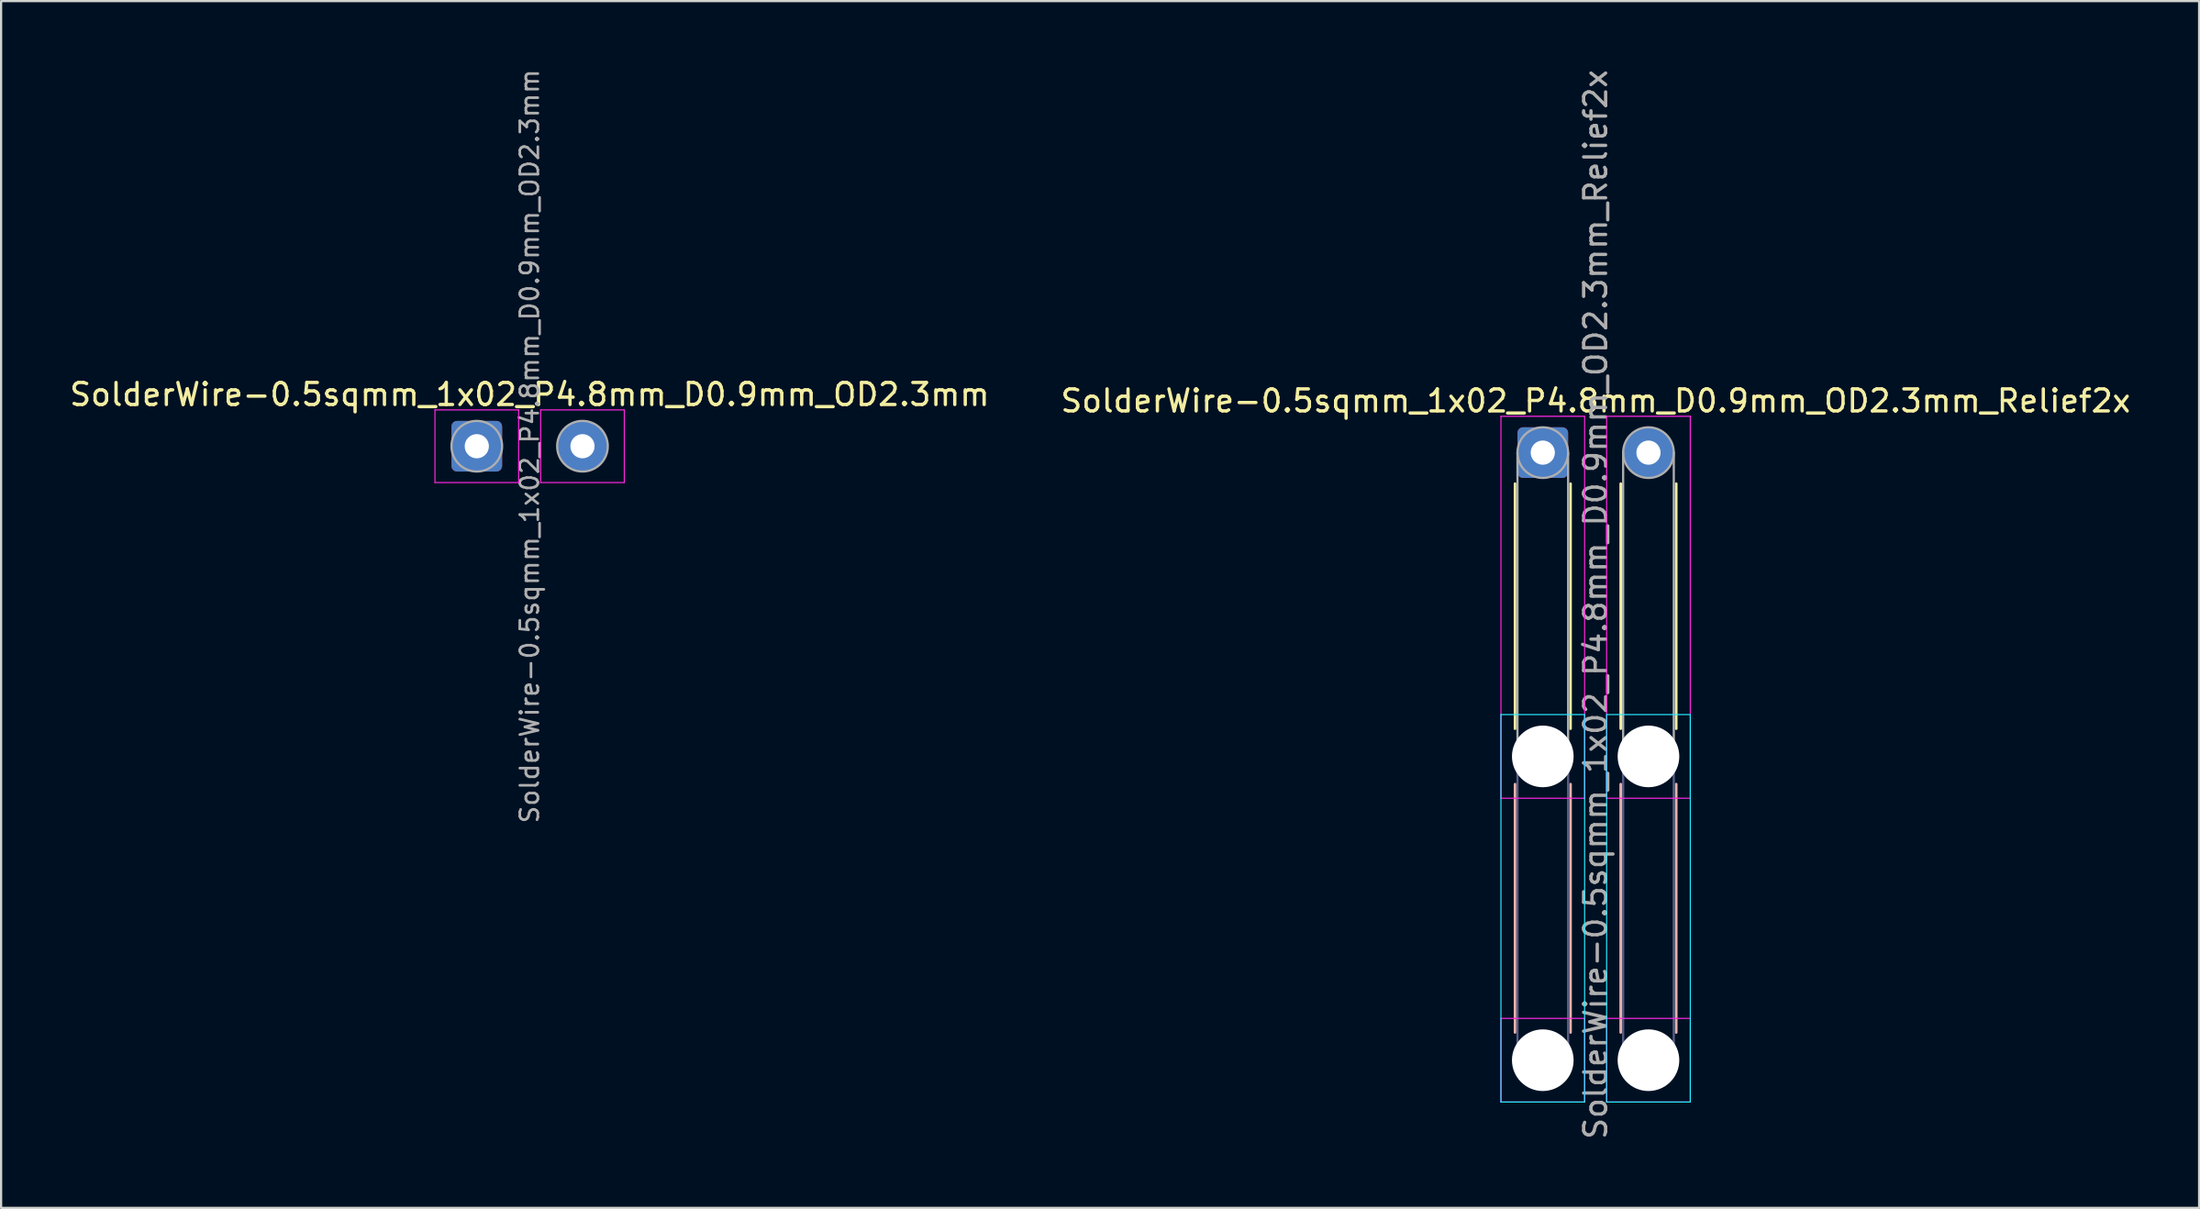
<source format=kicad_pcb>
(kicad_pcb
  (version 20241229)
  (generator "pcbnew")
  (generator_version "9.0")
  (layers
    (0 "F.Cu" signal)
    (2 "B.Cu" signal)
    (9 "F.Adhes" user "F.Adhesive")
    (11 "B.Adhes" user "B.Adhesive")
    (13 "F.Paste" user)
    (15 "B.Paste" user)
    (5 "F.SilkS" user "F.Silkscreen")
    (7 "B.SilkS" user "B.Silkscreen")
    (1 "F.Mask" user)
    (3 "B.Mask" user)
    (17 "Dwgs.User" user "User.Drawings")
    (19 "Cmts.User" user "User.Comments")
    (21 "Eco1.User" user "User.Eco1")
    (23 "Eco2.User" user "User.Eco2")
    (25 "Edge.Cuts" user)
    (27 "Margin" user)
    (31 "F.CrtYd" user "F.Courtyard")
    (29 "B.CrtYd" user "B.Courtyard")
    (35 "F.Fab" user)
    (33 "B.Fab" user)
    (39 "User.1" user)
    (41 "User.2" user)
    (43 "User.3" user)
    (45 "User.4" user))
  (footprint "SolderWire-0.5sqmm_1x02_P4.8mm_D0.9mm_OD2.3mm_Relief2x"
    (layer "F.Cu")
    (at 67.023 17.511)
    (property "Reference" "SolderWire-0.5sqmm_1x02_P4.8mm_D0.9mm_OD2.3mm_Relief2x" (at 2.4 -2.35 0) (layer "F.SilkS") (effects (font (size 1 1) (thickness 0.15))))
    (attr exclude_from_pos_files exclude_from_bom)
    (fp_line (start -1.26 1.41) (end -1.26 12.54) (stroke (width 0.12) (type solid)) (layer "F.SilkS"))
    (fp_line (start 1.26 1.41) (end 1.26 12.54) (stroke (width 0.12) (type solid)) (layer "F.SilkS"))
    (fp_line (start 3.54 1.41) (end 3.54 12.54) (stroke (width 0.12) (type solid)) (layer "F.SilkS"))
    (fp_line (start 6.06 1.41) (end 6.06 12.54) (stroke (width 0.12) (type solid)) (layer "F.SilkS"))
    (fp_line (start -1.26 15.06) (end -1.26 26.34) (stroke (width 0.12) (type solid)) (layer "B.SilkS"))
    (fp_line (start 1.26 15.06) (end 1.26 26.34) (stroke (width 0.12) (type solid)) (layer "B.SilkS"))
    (fp_line (start 3.54 15.06) (end 3.54 26.34) (stroke (width 0.12) (type solid)) (layer "B.SilkS"))
    (fp_line (start 6.06 15.06) (end 6.06 26.34) (stroke (width 0.12) (type solid)) (layer "B.SilkS"))
    (fp_line (start -1.9 11.9) (end -1.9 29.5) (stroke (width 0.05) (type solid)) (layer "B.CrtYd"))
    (fp_line (start -1.9 29.5) (end 1.9 29.5) (stroke (width 0.05) (type solid)) (layer "B.CrtYd"))
    (fp_line (start 1.9 11.9) (end -1.9 11.9) (stroke (width 0.05) (type solid)) (layer "B.CrtYd"))
    (fp_line (start 1.9 29.5) (end 1.9 11.9) (stroke (width 0.05) (type solid)) (layer "B.CrtYd"))
    (fp_line (start 2.9 11.9) (end 2.9 29.5) (stroke (width 0.05) (type solid)) (layer "B.CrtYd"))
    (fp_line (start 2.9 29.5) (end 6.7 29.5) (stroke (width 0.05) (type solid)) (layer "B.CrtYd"))
    (fp_line (start 6.7 11.9) (end 2.9 11.9) (stroke (width 0.05) (type solid)) (layer "B.CrtYd"))
    (fp_line (start 6.7 29.5) (end 6.7 11.9) (stroke (width 0.05) (type solid)) (layer "B.CrtYd"))
    (fp_line (start -1.9 -1.65) (end -1.9 15.7) (stroke (width 0.05) (type solid)) (layer "F.CrtYd"))
    (fp_line (start -1.9 15.7) (end 1.9 15.7) (stroke (width 0.05) (type solid)) (layer "F.CrtYd"))
    (fp_line (start -1.9 25.7) (end -1.9 29.5) (stroke (width 0.05) (type solid)) (layer "F.CrtYd"))
    (fp_line (start -1.9 29.5) (end 1.9 29.5) (stroke (width 0.05) (type solid)) (layer "F.CrtYd"))
    (fp_line (start 1.9 -1.65) (end -1.9 -1.65) (stroke (width 0.05) (type solid)) (layer "F.CrtYd"))
    (fp_line (start 1.9 15.7) (end 1.9 -1.65) (stroke (width 0.05) (type solid)) (layer "F.CrtYd"))
    (fp_line (start 1.9 25.7) (end -1.9 25.7) (stroke (width 0.05) (type solid)) (layer "F.CrtYd"))
    (fp_line (start 1.9 29.5) (end 1.9 25.7) (stroke (width 0.05) (type solid)) (layer "F.CrtYd"))
    (fp_line (start 2.9 -1.65) (end 2.9 15.7) (stroke (width 0.05) (type solid)) (layer "F.CrtYd"))
    (fp_line (start 2.9 15.7) (end 6.7 15.7) (stroke (width 0.05) (type solid)) (layer "F.CrtYd"))
    (fp_line (start 2.9 25.7) (end 2.9 29.5) (stroke (width 0.05) (type solid)) (layer "F.CrtYd"))
    (fp_line (start 2.9 29.5) (end 6.7 29.5) (stroke (width 0.05) (type solid)) (layer "F.CrtYd"))
    (fp_line (start 6.7 -1.65) (end 2.9 -1.65) (stroke (width 0.05) (type solid)) (layer "F.CrtYd"))
    (fp_line (start 6.7 15.7) (end 6.7 -1.65) (stroke (width 0.05) (type solid)) (layer "F.CrtYd"))
    (fp_line (start 6.7 25.7) (end 2.9 25.7) (stroke (width 0.05) (type solid)) (layer "F.CrtYd"))
    (fp_line (start 6.7 29.5) (end 6.7 25.7) (stroke (width 0.05) (type solid)) (layer "F.CrtYd"))
    (fp_line (start -1.15 13.8) (end -1.15 27.6) (stroke (width 0.1) (type solid)) (layer "B.Fab"))
    (fp_line (start 1.15 13.8) (end 1.15 27.6) (stroke (width 0.1) (type solid)) (layer "B.Fab"))
    (fp_line (start 3.65 13.8) (end 3.65 27.6) (stroke (width 0.1) (type solid)) (layer "B.Fab"))
    (fp_line (start 5.95 13.8) (end 5.95 27.6) (stroke (width 0.1) (type solid)) (layer "B.Fab"))
    (fp_circle (center 0 13.8) (end 1.15 13.8) (stroke (width 0.1) (type solid)) (fill no) (layer "B.Fab"))
    (fp_circle (center 0 27.6) (end 1.15 27.6) (stroke (width 0.1) (type solid)) (fill no) (layer "B.Fab"))
    (fp_circle (center 4.8 13.8) (end 5.95 13.8) (stroke (width 0.1) (type solid)) (fill no) (layer "B.Fab"))
    (fp_circle (center 4.8 27.6) (end 5.95 27.6) (stroke (width 0.1) (type solid)) (fill no) (layer "B.Fab"))
    (fp_line (start -1.15 0) (end -1.15 13.8) (stroke (width 0.1) (type solid)) (layer "F.Fab"))
    (fp_line (start 1.15 0) (end 1.15 13.8) (stroke (width 0.1) (type solid)) (layer "F.Fab"))
    (fp_line (start 3.65 0) (end 3.65 13.8) (stroke (width 0.1) (type solid)) (layer "F.Fab"))
    (fp_line (start 5.95 0) (end 5.95 13.8) (stroke (width 0.1) (type solid)) (layer "F.Fab"))
    (fp_circle (center 0 0) (end 1.15 0) (stroke (width 0.1) (type solid)) (fill no) (layer "F.Fab"))
    (fp_circle (center 0 13.8) (end 1.15 13.8) (stroke (width 0.1) (type solid)) (fill no) (layer "F.Fab"))
    (fp_circle (center 0 27.6) (end 1.15 27.6) (stroke (width 0.1) (type solid)) (fill no) (layer "F.Fab"))
    (fp_circle (center 4.8 0) (end 5.95 0) (stroke (width 0.1) (type solid)) (fill no) (layer "F.Fab"))
    (fp_circle (center 4.8 13.8) (end 5.95 13.8) (stroke (width 0.1) (type solid)) (fill no) (layer "F.Fab"))
    (fp_circle (center 4.8 27.6) (end 5.95 27.6) (stroke (width 0.1) (type solid)) (fill no) (layer "F.Fab"))
    (fp_text user "${REFERENCE}" (at 2.4 6.9 90) (layer "F.Fab") (effects (font (size 1 1) (thickness 0.15))))
    (pad "" np_thru_hole circle (at 0 13.8) (size 2.8 2.8) (drill 2.8) (layers "*.Cu" "*.Mask"))
    (pad "" np_thru_hole circle (at 0 27.6) (size 2.8 2.8) (drill 2.8) (layers "*.Cu" "*.Mask"))
    (pad "" np_thru_hole circle (at 4.8 13.8) (size 2.8 2.8) (drill 2.8) (layers "*.Cu" "*.Mask"))
    (pad "" np_thru_hole circle (at 4.8 27.6) (size 2.8 2.8) (drill 2.8) (layers "*.Cu" "*.Mask"))
    (pad "1" thru_hole roundrect (at 0 0) (size 2.3 2.3) (drill 1.1) (layers "*.Cu" "*.Mask") (roundrect_rratio 0.109))
    (pad "2" thru_hole circle (at 4.8 0) (size 2.3 2.3) (drill 1.1) (layers "*.Cu" "*.Mask")))
  (footprint "SolderWire-0.5sqmm_1x02_P4.8mm_D0.9mm_OD2.3mm"
    (layer "F.Cu")
    (at 18.606 17.22)
    (property "Reference" "SolderWire-0.5sqmm_1x02_P4.8mm_D0.9mm_OD2.3mm" (at 2.4 -2.35 0) (layer "F.SilkS") (effects (font (size 1 1) (thickness 0.15))))
    (attr exclude_from_pos_files exclude_from_bom)
    (fp_line (start -1.9 -1.65) (end -1.9 1.65) (stroke (width 0.05) (type solid)) (layer "F.CrtYd"))
    (fp_line (start -1.9 1.65) (end 1.9 1.65) (stroke (width 0.05) (type solid)) (layer "F.CrtYd"))
    (fp_line (start 1.9 -1.65) (end -1.9 -1.65) (stroke (width 0.05) (type solid)) (layer "F.CrtYd"))
    (fp_line (start 1.9 1.65) (end 1.9 -1.65) (stroke (width 0.05) (type solid)) (layer "F.CrtYd"))
    (fp_line (start 2.9 -1.65) (end 2.9 1.65) (stroke (width 0.05) (type solid)) (layer "F.CrtYd"))
    (fp_line (start 2.9 1.65) (end 6.7 1.65) (stroke (width 0.05) (type solid)) (layer "F.CrtYd"))
    (fp_line (start 6.7 -1.65) (end 2.9 -1.65) (stroke (width 0.05) (type solid)) (layer "F.CrtYd"))
    (fp_line (start 6.7 1.65) (end 6.7 -1.65) (stroke (width 0.05) (type solid)) (layer "F.CrtYd"))
    (fp_circle (center 0 0) (end 1.15 0) (stroke (width 0.1) (type solid)) (fill no) (layer "F.Fab"))
    (fp_circle (center 4.8 0) (end 5.95 0) (stroke (width 0.1) (type solid)) (fill no) (layer "F.Fab"))
    (fp_text user "${REFERENCE}" (at 2.4 0 90) (layer "F.Fab") (effects (font (size 0.82 0.82) (thickness 0.12))))
    (pad "1" thru_hole roundrect (at 0 0) (size 2.3 2.3) (drill 1.1) (layers "*.Cu" "*.Mask") (roundrect_rratio 0.109))
    (pad "2" thru_hole circle (at 4.8 0) (size 2.3 2.3) (drill 1.1) (layers "*.Cu" "*.Mask")))
  (gr_rect
    (start -3 -3)
    (end 96.833 51.821)
    (stroke (width 0.1) (type default))
    (fill no)
    (layer "Edge.Cuts")))
</source>
